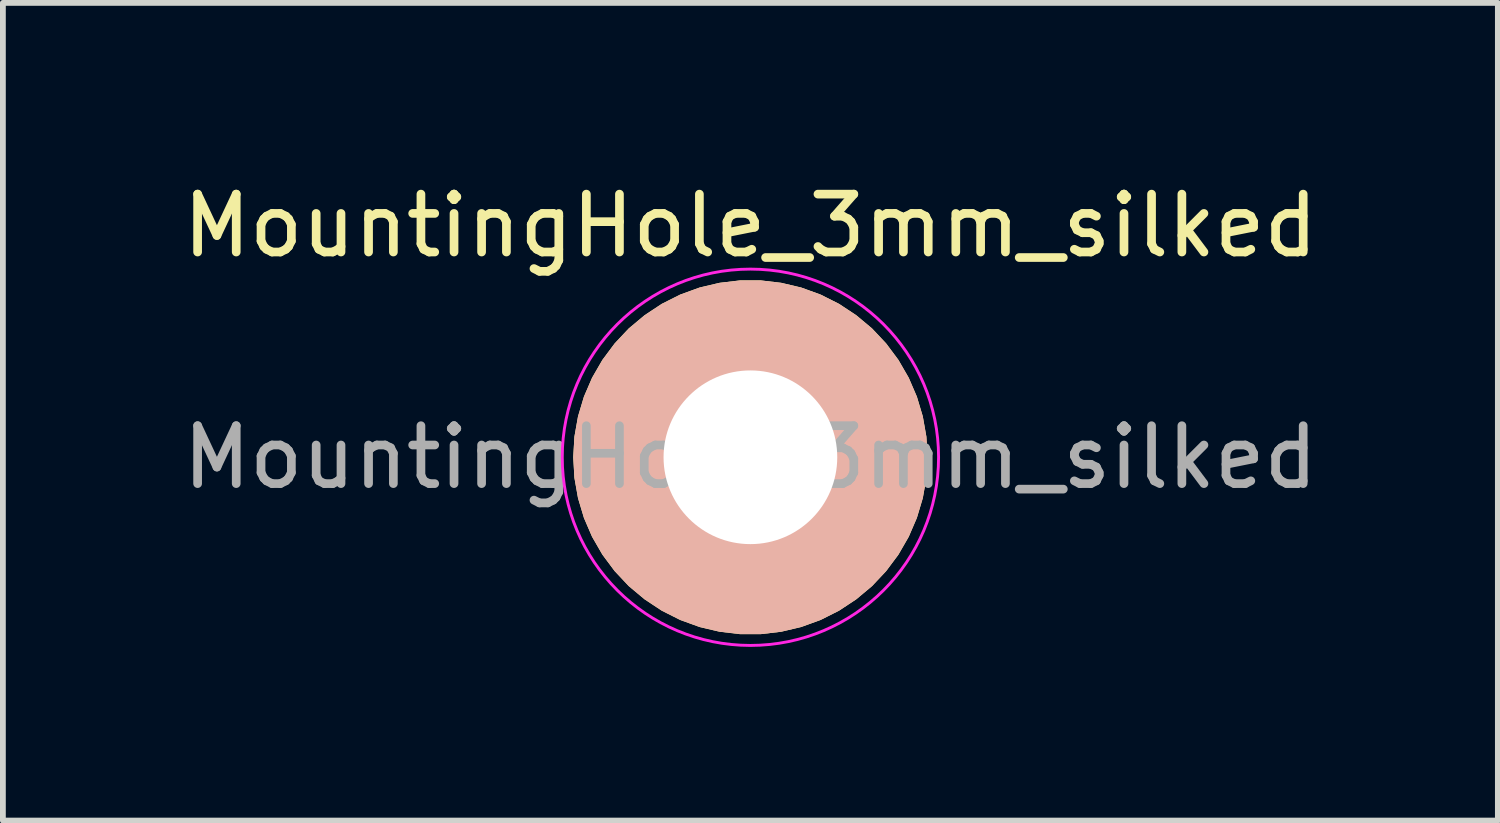
<source format=kicad_pcb>
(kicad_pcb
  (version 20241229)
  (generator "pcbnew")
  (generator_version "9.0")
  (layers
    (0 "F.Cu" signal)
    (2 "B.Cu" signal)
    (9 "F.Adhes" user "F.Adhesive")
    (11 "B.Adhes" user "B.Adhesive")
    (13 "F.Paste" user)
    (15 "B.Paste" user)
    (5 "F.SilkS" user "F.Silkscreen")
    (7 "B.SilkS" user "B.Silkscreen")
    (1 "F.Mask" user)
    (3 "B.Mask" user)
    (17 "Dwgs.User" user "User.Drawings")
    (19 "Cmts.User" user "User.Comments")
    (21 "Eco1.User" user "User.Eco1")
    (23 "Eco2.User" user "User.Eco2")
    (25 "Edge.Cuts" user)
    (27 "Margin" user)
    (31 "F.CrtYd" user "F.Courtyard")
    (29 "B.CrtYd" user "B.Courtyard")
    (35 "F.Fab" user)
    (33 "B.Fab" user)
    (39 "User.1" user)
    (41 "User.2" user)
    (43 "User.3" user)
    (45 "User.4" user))
  (footprint "MountingHole_3mm_silked"
    (layer "F.Cu")
    (at 9.911 4.848)
    (property "Reference" "MountingHole_3mm_silked" (at 0 -4 0) (layer "F.SilkS") (effects (font (size 1 1) (thickness 0.15))))
    (attr exclude_from_pos_files)
    (fp_poly (pts (xy 3 0) (xy 2.98 -0.348) (xy 2.919 -0.692) (xy 2.819 -1.026) (xy 2.681 -1.346) (xy 2.506 -1.649) (xy 2.298 -1.928) (xy 2.059 -2.182) (xy 1.791 -2.406) (xy 1.5 -2.598) (xy 1.188 -2.755) (xy 0.86 -2.874) (xy 0.521 -2.954) (xy 0.174 -2.995) (xy -0.174 -2.995) (xy -0.521 -2.954) (xy -0.86 -2.874) (xy -1.188 -2.755) (xy -1.5 -2.598) (xy -1.791 -2.406) (xy -2.059 -2.182) (xy -2.298 -1.928) (xy -2.506 -1.649) (xy -2.681 -1.346) (xy -2.819 -1.026) (xy -2.919 -0.692) (xy -2.98 -0.348) (xy -3 0) (xy -2.98 0.348) (xy -2.919 0.692) (xy -2.819 1.026) (xy -2.681 1.346) (xy -2.506 1.649) (xy -2.298 1.928) (xy -2.059 2.182) (xy -1.791 2.406) (xy -1.5 2.598) (xy -1.188 2.755) (xy -0.86 2.874) (xy -0.521 2.954) (xy -0.174 2.995) (xy 0.174 2.995) (xy 0.521 2.954) (xy 0.86 2.874) (xy 1.188 2.755) (xy 1.5 2.598) (xy 1.791 2.406) (xy 2.059 2.182) (xy 2.298 1.928) (xy 2.506 1.649) (xy 2.681 1.346) (xy 2.819 1.026) (xy 2.919 0.692) (xy 2.98 0.348) (xy 3 0)) (stroke (width 0.12) (type solid)) (fill yes) (layer "F.SilkS"))
    (fp_poly (pts (xy -3 0) (xy -2.98 -0.348) (xy -2.919 -0.692) (xy -2.819 -1.026) (xy -2.681 -1.346) (xy -2.506 -1.649) (xy -2.298 -1.928) (xy -2.059 -2.182) (xy -1.791 -2.406) (xy -1.5 -2.598) (xy -1.188 -2.755) (xy -0.86 -2.874) (xy -0.521 -2.954) (xy -0.174 -2.995) (xy 0.174 -2.995) (xy 0.521 -2.954) (xy 0.86 -2.874) (xy 1.188 -2.755) (xy 1.5 -2.598) (xy 1.791 -2.406) (xy 2.059 -2.182) (xy 2.298 -1.928) (xy 2.506 -1.649) (xy 2.681 -1.346) (xy 2.819 -1.026) (xy 2.919 -0.692) (xy 2.98 -0.348) (xy 3 0) (xy 2.98 0.348) (xy 2.919 0.692) (xy 2.819 1.026) (xy 2.681 1.346) (xy 2.506 1.649) (xy 2.298 1.928) (xy 2.059 2.182) (xy 1.791 2.406) (xy 1.5 2.598) (xy 1.188 2.755) (xy 0.86 2.874) (xy 0.521 2.954) (xy 0.174 2.995) (xy -0.174 2.995) (xy -0.521 2.954) (xy -0.86 2.874) (xy -1.188 2.755) (xy -1.5 2.598) (xy -1.791 2.406) (xy -2.059 2.182) (xy -2.298 1.928) (xy -2.506 1.649) (xy -2.681 1.346) (xy -2.819 1.026) (xy -2.919 0.692) (xy -2.98 0.348) (xy -3 0)) (stroke (width 0.12) (type solid)) (fill yes) (layer "B.SilkS"))
    (fp_circle (center 0 0) (end 3.25 0) (stroke (width 0.05) (type solid)) (fill no) (layer "F.CrtYd"))
    (fp_text user "${REFERENCE}" (at 0 0 0) (layer "F.Fab") (effects (font (size 1 1) (thickness 0.15))))
    (pad "" np_thru_hole circle (at 0 0) (size 3 3) (drill 3) (layers "*.Cu" "*.Mask")))
  (gr_rect
    (start -3 -3)
    (end 22.821 11.123)
    (stroke (width 0.1) (type default))
    (fill no)
    (layer "Edge.Cuts")))
</source>
